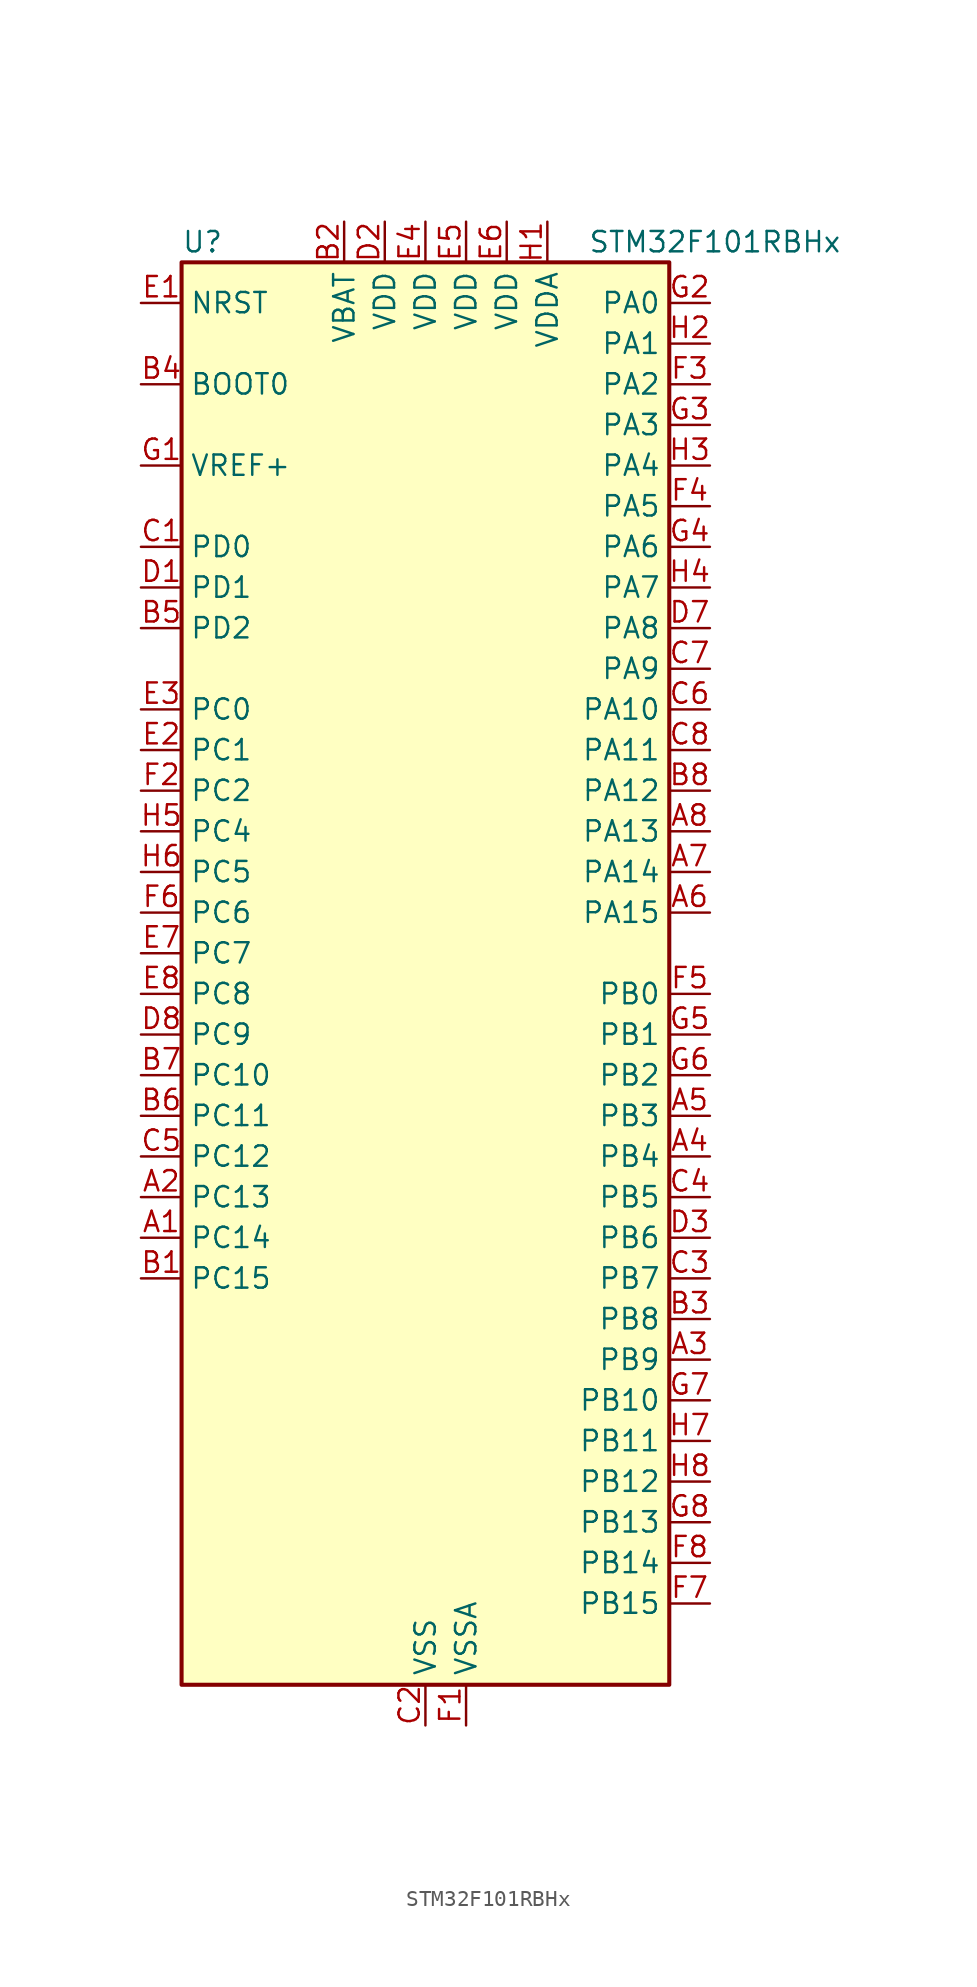
<source format=kicad_sym>
(kicad_symbol_lib
  (version 20231120)
  (generator "kicad_symbol_editor")
  (generator_version "8.0")
  (symbol "STM32F101RBHx"
    (property "Reference" "U"
      (at -15.24 46.99 0)
      (effects (font (size 1.27 1.27)) (justify left)))
    (property "Value" "STM32F101RBHx"
      (at 10.16 46.99 0)
      (effects (font (size 1.27 1.27)) (justify left)))
    (property "ki_locked" ""
      (at 0 0 0)
      (effects (font (size 1.27 1.27))))
    (symbol "STM32F101RBHx_0_1"
      (rectangle (start -15.24 -43.18) (end 15.24 45.72) (stroke (width 0.254) (type default)) (fill (type background))))
    (symbol "STM32F101RBHx_1_1"
      (pin bidirectional line (at -17.78 -15.24 0) (length 2.54) (name "PC14" (effects (font (size 1.27 1.27)))) (number "A1" (effects (font (size 1.27 1.27)))) (alternate "RCC_OSC32_IN" bidirectional line))
      (pin bidirectional line (at -17.78 -12.7 0) (length 2.54) (name "PC13" (effects (font (size 1.27 1.27)))) (number "A2" (effects (font (size 1.27 1.27)))) (alternate "RTC_OUT" bidirectional line) (alternate "RTC_TAMPER" bidirectional line))
      (pin bidirectional line (at 17.78 -22.86 180) (length 2.54) (name "PB9" (effects (font (size 1.27 1.27)))) (number "A3" (effects (font (size 1.27 1.27)))) (alternate "I2C1_SDA" bidirectional line) (alternate "TIM4_CH4" bidirectional line))
      (pin bidirectional line (at 17.78 -10.16 180) (length 2.54) (name "PB4" (effects (font (size 1.27 1.27)))) (number "A4" (effects (font (size 1.27 1.27)))) (alternate "SPI1_MISO" bidirectional line) (alternate "SYS_NJTRST" bidirectional line) (alternate "TIM3_CH1" bidirectional line))
      (pin bidirectional line (at 17.78 -7.62 180) (length 2.54) (name "PB3" (effects (font (size 1.27 1.27)))) (number "A5" (effects (font (size 1.27 1.27)))) (alternate "SPI1_SCK" bidirectional line) (alternate "SYS_JTDO-TRACESWO" bidirectional line) (alternate "TIM2_CH2" bidirectional line))
      (pin bidirectional line (at 17.78 5.08 180) (length 2.54) (name "PA15" (effects (font (size 1.27 1.27)))) (number "A6" (effects (font (size 1.27 1.27)))) (alternate "ADC1_EXTI15" bidirectional line) (alternate "SPI1_NSS" bidirectional line) (alternate "SYS_JTDI" bidirectional line) (alternate "TIM2_CH1" bidirectional line) (alternate "TIM2_ETR" bidirectional line))
      (pin bidirectional line (at 17.78 7.62 180) (length 2.54) (name "PA14" (effects (font (size 1.27 1.27)))) (number "A7" (effects (font (size 1.27 1.27)))) (alternate "SYS_JTCK-SWCLK" bidirectional line))
      (pin bidirectional line (at 17.78 10.16 180) (length 2.54) (name "PA13" (effects (font (size 1.27 1.27)))) (number "A8" (effects (font (size 1.27 1.27)))) (alternate "SYS_JTMS-SWDIO" bidirectional line))
      (pin bidirectional line (at -17.78 -17.78 0) (length 2.54) (name "PC15" (effects (font (size 1.27 1.27)))) (number "B1" (effects (font (size 1.27 1.27)))) (alternate "ADC1_EXTI15" bidirectional line) (alternate "RCC_OSC32_OUT" bidirectional line))
      (pin power_in line (at -5.08 48.26 270) (length 2.54) (name "VBAT" (effects (font (size 1.27 1.27)))) (number "B2" (effects (font (size 1.27 1.27)))))
      (pin bidirectional line (at 17.78 -20.32 180) (length 2.54) (name "PB8" (effects (font (size 1.27 1.27)))) (number "B3" (effects (font (size 1.27 1.27)))) (alternate "I2C1_SCL" bidirectional line) (alternate "TIM4_CH3" bidirectional line))
      (pin input line (at -17.78 38.1 0) (length 2.54) (name "BOOT0" (effects (font (size 1.27 1.27)))) (number "B4" (effects (font (size 1.27 1.27)))))
      (pin bidirectional line (at -17.78 22.86 0) (length 2.54) (name "PD2" (effects (font (size 1.27 1.27)))) (number "B5" (effects (font (size 1.27 1.27)))) (alternate "TIM3_ETR" bidirectional line))
      (pin bidirectional line (at -17.78 -7.62 0) (length 2.54) (name "PC11" (effects (font (size 1.27 1.27)))) (number "B6" (effects (font (size 1.27 1.27)))) (alternate "ADC1_EXTI11" bidirectional line) (alternate "USART3_RX" bidirectional line))
      (pin bidirectional line (at -17.78 -5.08 0) (length 2.54) (name "PC10" (effects (font (size 1.27 1.27)))) (number "B7" (effects (font (size 1.27 1.27)))) (alternate "USART3_TX" bidirectional line))
      (pin bidirectional line (at 17.78 12.7 180) (length 2.54) (name "PA12" (effects (font (size 1.27 1.27)))) (number "B8" (effects (font (size 1.27 1.27)))) (alternate "USART1_RTS" bidirectional line))
      (pin bidirectional line (at -17.78 27.94 0) (length 2.54) (name "PD0" (effects (font (size 1.27 1.27)))) (number "C1" (effects (font (size 1.27 1.27)))) (alternate "RCC_OSC_IN" bidirectional line))
      (pin power_in line (at 0 -45.72 90) (length 2.54) (name "VSS" (effects (font (size 1.27 1.27)))) (number "C2" (effects (font (size 1.27 1.27)))))
      (pin bidirectional line (at 17.78 -17.78 180) (length 2.54) (name "PB7" (effects (font (size 1.27 1.27)))) (number "C3" (effects (font (size 1.27 1.27)))) (alternate "I2C1_SDA" bidirectional line) (alternate "TIM4_CH2" bidirectional line) (alternate "USART1_RX" bidirectional line))
      (pin bidirectional line (at 17.78 -12.7 180) (length 2.54) (name "PB5" (effects (font (size 1.27 1.27)))) (number "C4" (effects (font (size 1.27 1.27)))) (alternate "I2C1_SMBA" bidirectional line) (alternate "SPI1_MOSI" bidirectional line) (alternate "TIM3_CH2" bidirectional line))
      (pin bidirectional line (at -17.78 -10.16 0) (length 2.54) (name "PC12" (effects (font (size 1.27 1.27)))) (number "C5" (effects (font (size 1.27 1.27)))) (alternate "USART3_CK" bidirectional line))
      (pin bidirectional line (at 17.78 17.78 180) (length 2.54) (name "PA10" (effects (font (size 1.27 1.27)))) (number "C6" (effects (font (size 1.27 1.27)))) (alternate "USART1_RX" bidirectional line))
      (pin bidirectional line (at 17.78 20.32 180) (length 2.54) (name "PA9" (effects (font (size 1.27 1.27)))) (number "C7" (effects (font (size 1.27 1.27)))) (alternate "USART1_TX" bidirectional line))
      (pin bidirectional line (at 17.78 15.24 180) (length 2.54) (name "PA11" (effects (font (size 1.27 1.27)))) (number "C8" (effects (font (size 1.27 1.27)))) (alternate "ADC1_EXTI11" bidirectional line) (alternate "USART1_CTS" bidirectional line))
      (pin bidirectional line (at -17.78 25.4 0) (length 2.54) (name "PD1" (effects (font (size 1.27 1.27)))) (number "D1" (effects (font (size 1.27 1.27)))) (alternate "RCC_OSC_OUT" bidirectional line))
      (pin power_in line (at -2.54 48.26 270) (length 2.54) (name "VDD" (effects (font (size 1.27 1.27)))) (number "D2" (effects (font (size 1.27 1.27)))))
      (pin bidirectional line (at 17.78 -15.24 180) (length 2.54) (name "PB6" (effects (font (size 1.27 1.27)))) (number "D3" (effects (font (size 1.27 1.27)))) (alternate "I2C1_SCL" bidirectional line) (alternate "TIM4_CH1" bidirectional line) (alternate "USART1_TX" bidirectional line))
      (pin passive line (at 0 -45.72 90) (length 2.54) hide (name "VSS" (effects (font (size 1.27 1.27)))) (number "D4" (effects (font (size 1.27 1.27)))))
      (pin passive line (at 0 -45.72 90) (length 2.54) hide (name "VSS" (effects (font (size 1.27 1.27)))) (number "D5" (effects (font (size 1.27 1.27)))))
      (pin passive line (at 0 -45.72 90) (length 2.54) hide (name "VSS" (effects (font (size 1.27 1.27)))) (number "D6" (effects (font (size 1.27 1.27)))))
      (pin bidirectional line (at 17.78 22.86 180) (length 2.54) (name "PA8" (effects (font (size 1.27 1.27)))) (number "D7" (effects (font (size 1.27 1.27)))) (alternate "RCC_MCO" bidirectional line) (alternate "USART1_CK" bidirectional line))
      (pin bidirectional line (at -17.78 -2.54 0) (length 2.54) (name "PC9" (effects (font (size 1.27 1.27)))) (number "D8" (effects (font (size 1.27 1.27)))) (alternate "TIM3_CH4" bidirectional line))
      (pin input line (at -17.78 43.18 0) (length 2.54) (name "NRST" (effects (font (size 1.27 1.27)))) (number "E1" (effects (font (size 1.27 1.27)))))
      (pin bidirectional line (at -17.78 15.24 0) (length 2.54) (name "PC1" (effects (font (size 1.27 1.27)))) (number "E2" (effects (font (size 1.27 1.27)))) (alternate "ADC1_IN11" bidirectional line))
      (pin bidirectional line (at -17.78 17.78 0) (length 2.54) (name "PC0" (effects (font (size 1.27 1.27)))) (number "E3" (effects (font (size 1.27 1.27)))) (alternate "ADC1_IN10" bidirectional line))
      (pin power_in line (at 0 48.26 270) (length 2.54) (name "VDD" (effects (font (size 1.27 1.27)))) (number "E4" (effects (font (size 1.27 1.27)))))
      (pin power_in line (at 2.54 48.26 270) (length 2.54) (name "VDD" (effects (font (size 1.27 1.27)))) (number "E5" (effects (font (size 1.27 1.27)))))
      (pin power_in line (at 5.08 48.26 270) (length 2.54) (name "VDD" (effects (font (size 1.27 1.27)))) (number "E6" (effects (font (size 1.27 1.27)))))
      (pin bidirectional line (at -17.78 2.54 0) (length 2.54) (name "PC7" (effects (font (size 1.27 1.27)))) (number "E7" (effects (font (size 1.27 1.27)))) (alternate "TIM3_CH2" bidirectional line))
      (pin bidirectional line (at -17.78 0 0) (length 2.54) (name "PC8" (effects (font (size 1.27 1.27)))) (number "E8" (effects (font (size 1.27 1.27)))) (alternate "TIM3_CH3" bidirectional line))
      (pin power_in line (at 2.54 -45.72 90) (length 2.54) (name "VSSA" (effects (font (size 1.27 1.27)))) (number "F1" (effects (font (size 1.27 1.27)))))
      (pin bidirectional line (at -17.78 12.7 0) (length 2.54) (name "PC2" (effects (font (size 1.27 1.27)))) (number "F2" (effects (font (size 1.27 1.27)))) (alternate "ADC1_IN12" bidirectional line))
      (pin bidirectional line (at 17.78 38.1 180) (length 2.54) (name "PA2" (effects (font (size 1.27 1.27)))) (number "F3" (effects (font (size 1.27 1.27)))) (alternate "ADC1_IN2" bidirectional line) (alternate "TIM2_CH3" bidirectional line) (alternate "USART2_TX" bidirectional line))
      (pin bidirectional line (at 17.78 30.48 180) (length 2.54) (name "PA5" (effects (font (size 1.27 1.27)))) (number "F4" (effects (font (size 1.27 1.27)))) (alternate "ADC1_IN5" bidirectional line) (alternate "SPI1_SCK" bidirectional line))
      (pin bidirectional line (at 17.78 0 180) (length 2.54) (name "PB0" (effects (font (size 1.27 1.27)))) (number "F5" (effects (font (size 1.27 1.27)))) (alternate "ADC1_IN8" bidirectional line) (alternate "TIM3_CH3" bidirectional line))
      (pin bidirectional line (at -17.78 5.08 0) (length 2.54) (name "PC6" (effects (font (size 1.27 1.27)))) (number "F6" (effects (font (size 1.27 1.27)))) (alternate "TIM3_CH1" bidirectional line))
      (pin bidirectional line (at 17.78 -38.1 180) (length 2.54) (name "PB15" (effects (font (size 1.27 1.27)))) (number "F7" (effects (font (size 1.27 1.27)))) (alternate "ADC1_EXTI15" bidirectional line) (alternate "SPI2_MOSI" bidirectional line))
      (pin bidirectional line (at 17.78 -35.56 180) (length 2.54) (name "PB14" (effects (font (size 1.27 1.27)))) (number "F8" (effects (font (size 1.27 1.27)))) (alternate "SPI2_MISO" bidirectional line) (alternate "USART3_RTS" bidirectional line))
      (pin input line (at -17.78 33.02 0) (length 2.54) (name "VREF+" (effects (font (size 1.27 1.27)))) (number "G1" (effects (font (size 1.27 1.27)))))
      (pin bidirectional line (at 17.78 43.18 180) (length 2.54) (name "PA0" (effects (font (size 1.27 1.27)))) (number "G2" (effects (font (size 1.27 1.27)))) (alternate "ADC1_IN0" bidirectional line) (alternate "SYS_WKUP" bidirectional line) (alternate "TIM2_CH1" bidirectional line) (alternate "TIM2_ETR" bidirectional line) (alternate "USART2_CTS" bidirectional line))
      (pin bidirectional line (at 17.78 35.56 180) (length 2.54) (name "PA3" (effects (font (size 1.27 1.27)))) (number "G3" (effects (font (size 1.27 1.27)))) (alternate "ADC1_IN3" bidirectional line) (alternate "TIM2_CH4" bidirectional line) (alternate "USART2_RX" bidirectional line))
      (pin bidirectional line (at 17.78 27.94 180) (length 2.54) (name "PA6" (effects (font (size 1.27 1.27)))) (number "G4" (effects (font (size 1.27 1.27)))) (alternate "ADC1_IN6" bidirectional line) (alternate "SPI1_MISO" bidirectional line) (alternate "TIM3_CH1" bidirectional line))
      (pin bidirectional line (at 17.78 -2.54 180) (length 2.54) (name "PB1" (effects (font (size 1.27 1.27)))) (number "G5" (effects (font (size 1.27 1.27)))) (alternate "ADC1_IN9" bidirectional line) (alternate "TIM3_CH4" bidirectional line))
      (pin bidirectional line (at 17.78 -5.08 180) (length 2.54) (name "PB2" (effects (font (size 1.27 1.27)))) (number "G6" (effects (font (size 1.27 1.27)))))
      (pin bidirectional line (at 17.78 -25.4 180) (length 2.54) (name "PB10" (effects (font (size 1.27 1.27)))) (number "G7" (effects (font (size 1.27 1.27)))) (alternate "I2C2_SCL" bidirectional line) (alternate "TIM2_CH3" bidirectional line) (alternate "USART3_TX" bidirectional line))
      (pin bidirectional line (at 17.78 -33.02 180) (length 2.54) (name "PB13" (effects (font (size 1.27 1.27)))) (number "G8" (effects (font (size 1.27 1.27)))) (alternate "SPI2_SCK" bidirectional line) (alternate "USART3_CTS" bidirectional line))
      (pin power_in line (at 7.62 48.26 270) (length 2.54) (name "VDDA" (effects (font (size 1.27 1.27)))) (number "H1" (effects (font (size 1.27 1.27)))))
      (pin bidirectional line (at 17.78 40.64 180) (length 2.54) (name "PA1" (effects (font (size 1.27 1.27)))) (number "H2" (effects (font (size 1.27 1.27)))) (alternate "ADC1_IN1" bidirectional line) (alternate "TIM2_CH2" bidirectional line) (alternate "USART2_RTS" bidirectional line))
      (pin bidirectional line (at 17.78 33.02 180) (length 2.54) (name "PA4" (effects (font (size 1.27 1.27)))) (number "H3" (effects (font (size 1.27 1.27)))) (alternate "ADC1_IN4" bidirectional line) (alternate "SPI1_NSS" bidirectional line) (alternate "USART2_CK" bidirectional line))
      (pin bidirectional line (at 17.78 25.4 180) (length 2.54) (name "PA7" (effects (font (size 1.27 1.27)))) (number "H4" (effects (font (size 1.27 1.27)))) (alternate "ADC1_IN7" bidirectional line) (alternate "SPI1_MOSI" bidirectional line) (alternate "TIM3_CH2" bidirectional line))
      (pin bidirectional line (at -17.78 10.16 0) (length 2.54) (name "PC4" (effects (font (size 1.27 1.27)))) (number "H5" (effects (font (size 1.27 1.27)))) (alternate "ADC1_IN14" bidirectional line))
      (pin bidirectional line (at -17.78 7.62 0) (length 2.54) (name "PC5" (effects (font (size 1.27 1.27)))) (number "H6" (effects (font (size 1.27 1.27)))) (alternate "ADC1_IN15" bidirectional line))
      (pin bidirectional line (at 17.78 -27.94 180) (length 2.54) (name "PB11" (effects (font (size 1.27 1.27)))) (number "H7" (effects (font (size 1.27 1.27)))) (alternate "ADC1_EXTI11" bidirectional line) (alternate "I2C2_SDA" bidirectional line) (alternate "TIM2_CH4" bidirectional line) (alternate "USART3_RX" bidirectional line))
      (pin bidirectional line (at 17.78 -30.48 180) (length 2.54) (name "PB12" (effects (font (size 1.27 1.27)))) (number "H8" (effects (font (size 1.27 1.27)))) (alternate "I2C2_SMBA" bidirectional line) (alternate "SPI2_NSS" bidirectional line) (alternate "USART3_CK" bidirectional line)))))
</source>
